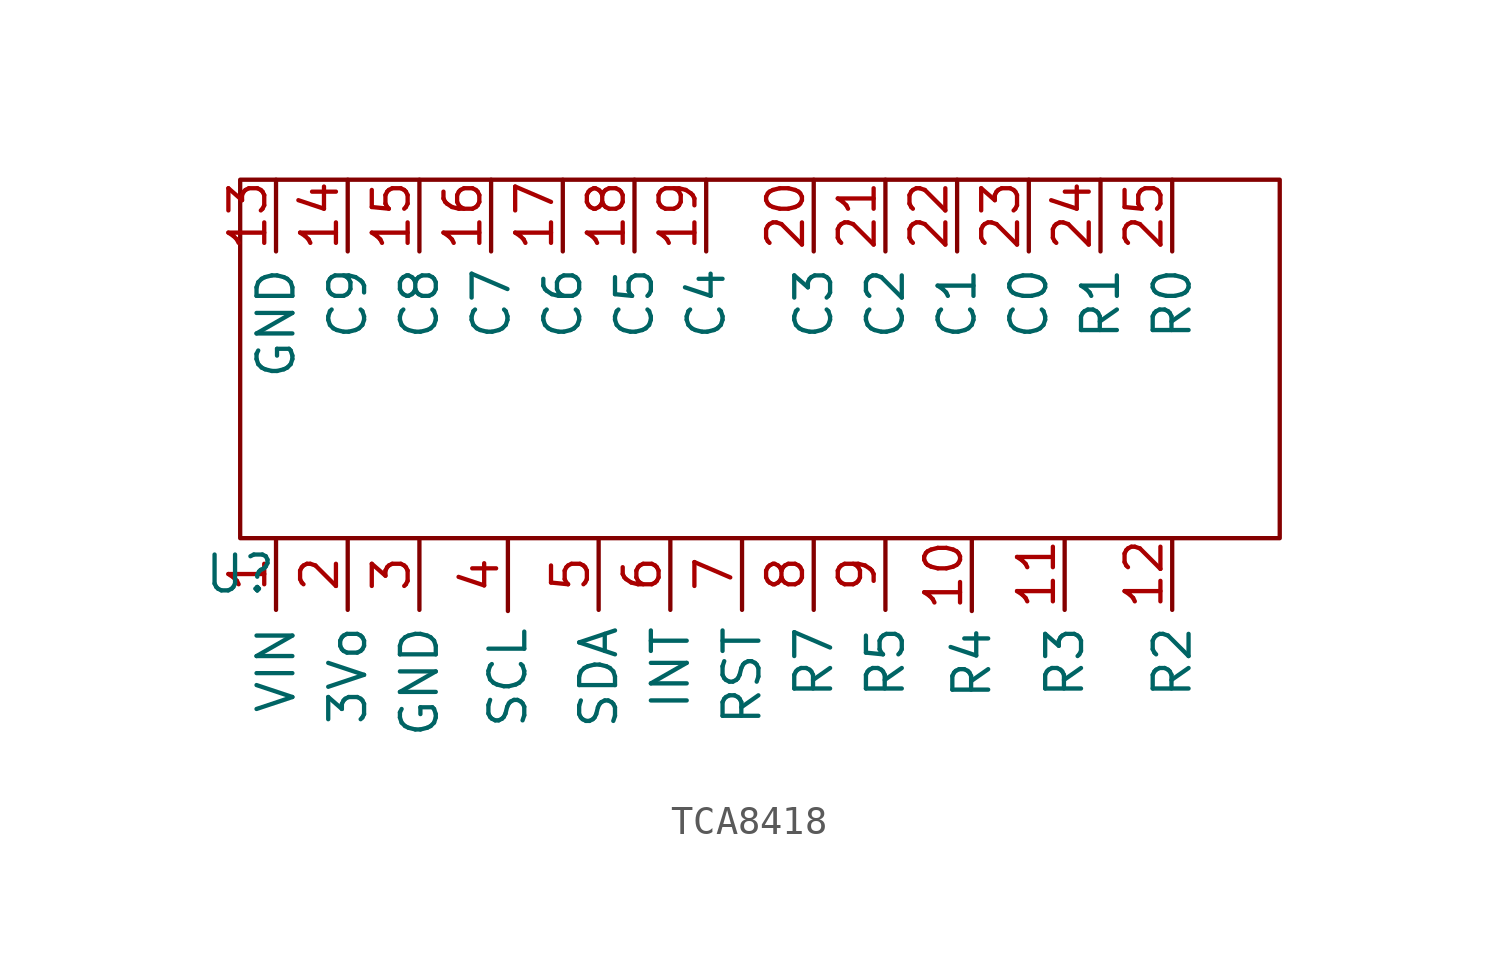
<source format=kicad_sym>
(kicad_symbol_lib
  (version 20220914)
  (generator kicad_symbol_editor)
  (symbol "TCA8418"
    (property "Reference" "U"
      (at 0 0 0)
      (effects (font (size 1.27 1.27))))
    (property "Value" ""
      (at 0 0 0)
      (effects (font (size 1.27 1.27))))
    (symbol "TCA8418_0_1"
      (rectangle (start 0 13.97) (end 36.83 1.27) (stroke (width 0) (type default)) (fill (type none))))
    (symbol "TCA8418_1_1"
      (pin input line (at 1.27 1.27 270) (length 2.54) (name "VIN" (effects (font (size 1.27 1.27)))) (number "1" (effects (font (size 1.27 1.27)))))
      (pin input line (at 25.921 1.229 270) (length 2.54) (name "R4" (effects (font (size 1.27 1.27)))) (number "10" (effects (font (size 1.27 1.27)))))
      (pin input line (at 29.21 1.27 270) (length 2.54) (name "R3" (effects (font (size 1.27 1.27)))) (number "11" (effects (font (size 1.27 1.27)))))
      (pin input line (at 33.02 1.27 270) (length 2.54) (name "R2" (effects (font (size 1.27 1.27)))) (number "12" (effects (font (size 1.27 1.27)))))
      (pin input line (at 1.27 13.97 270) (length 2.54) (name "GND" (effects (font (size 1.27 1.27)))) (number "13" (effects (font (size 1.27 1.27)))))
      (pin input line (at 3.81 13.97 270) (length 2.54) (name "C9" (effects (font (size 1.27 1.27)))) (number "14" (effects (font (size 1.27 1.27)))))
      (pin input line (at 6.35 13.97 270) (length 2.54) (name "C8" (effects (font (size 1.27 1.27)))) (number "15" (effects (font (size 1.27 1.27)))))
      (pin input line (at 8.89 13.97 270) (length 2.54) (name "C7" (effects (font (size 1.27 1.27)))) (number "16" (effects (font (size 1.27 1.27)))))
      (pin input line (at 11.43 13.97 270) (length 2.54) (name "C6" (effects (font (size 1.27 1.27)))) (number "17" (effects (font (size 1.27 1.27)))))
      (pin input line (at 13.97 13.97 270) (length 2.54) (name "C5" (effects (font (size 1.27 1.27)))) (number "18" (effects (font (size 1.27 1.27)))))
      (pin input line (at 16.51 13.97 270) (length 2.54) (name "C4" (effects (font (size 1.27 1.27)))) (number "19" (effects (font (size 1.27 1.27)))))
      (pin input line (at 3.81 1.27 270) (length 2.54) (name "3Vo" (effects (font (size 1.27 1.27)))) (number "2" (effects (font (size 1.27 1.27)))))
      (pin input line (at 20.32 13.97 270) (length 2.54) (name "C3" (effects (font (size 1.27 1.27)))) (number "20" (effects (font (size 1.27 1.27)))))
      (pin input line (at 22.86 13.97 270) (length 2.54) (name "C2" (effects (font (size 1.27 1.27)))) (number "21" (effects (font (size 1.27 1.27)))))
      (pin input line (at 25.4 13.97 270) (length 2.54) (name "C1" (effects (font (size 1.27 1.27)))) (number "22" (effects (font (size 1.27 1.27)))))
      (pin input line (at 27.94 13.97 270) (length 2.54) (name "C0" (effects (font (size 1.27 1.27)))) (number "23" (effects (font (size 1.27 1.27)))))
      (pin input line (at 30.48 13.97 270) (length 2.54) (name "R1" (effects (font (size 1.27 1.27)))) (number "24" (effects (font (size 1.27 1.27)))))
      (pin input line (at 33.02 13.97 270) (length 2.54) (name "R0" (effects (font (size 1.27 1.27)))) (number "25" (effects (font (size 1.27 1.27)))))
      (pin input line (at 6.35 1.27 270) (length 2.54) (name "GND" (effects (font (size 1.27 1.27)))) (number "3" (effects (font (size 1.27 1.27)))))
      (pin input line (at 9.485 1.229 270) (length 2.54) (name "SCL" (effects (font (size 1.27 1.27)))) (number "4" (effects (font (size 1.27 1.27)))))
      (pin input line (at 12.7 1.27 270) (length 2.54) (name "SDA" (effects (font (size 1.27 1.27)))) (number "5" (effects (font (size 1.27 1.27)))))
      (pin input line (at 15.24 1.27 270) (length 2.54) (name "INT" (effects (font (size 1.27 1.27)))) (number "6" (effects (font (size 1.27 1.27)))))
      (pin input line (at 17.78 1.27 270) (length 2.54) (name "RST" (effects (font (size 1.27 1.27)))) (number "7" (effects (font (size 1.27 1.27)))))
      (pin input line (at 20.32 1.27 270) (length 2.54) (name "R7" (effects (font (size 1.27 1.27)))) (number "8" (effects (font (size 1.27 1.27)))))
      (pin input line (at 22.86 1.27 270) (length 2.54) (name "R5" (effects (font (size 1.27 1.27)))) (number "9" (effects (font (size 1.27 1.27))))))))
</source>
